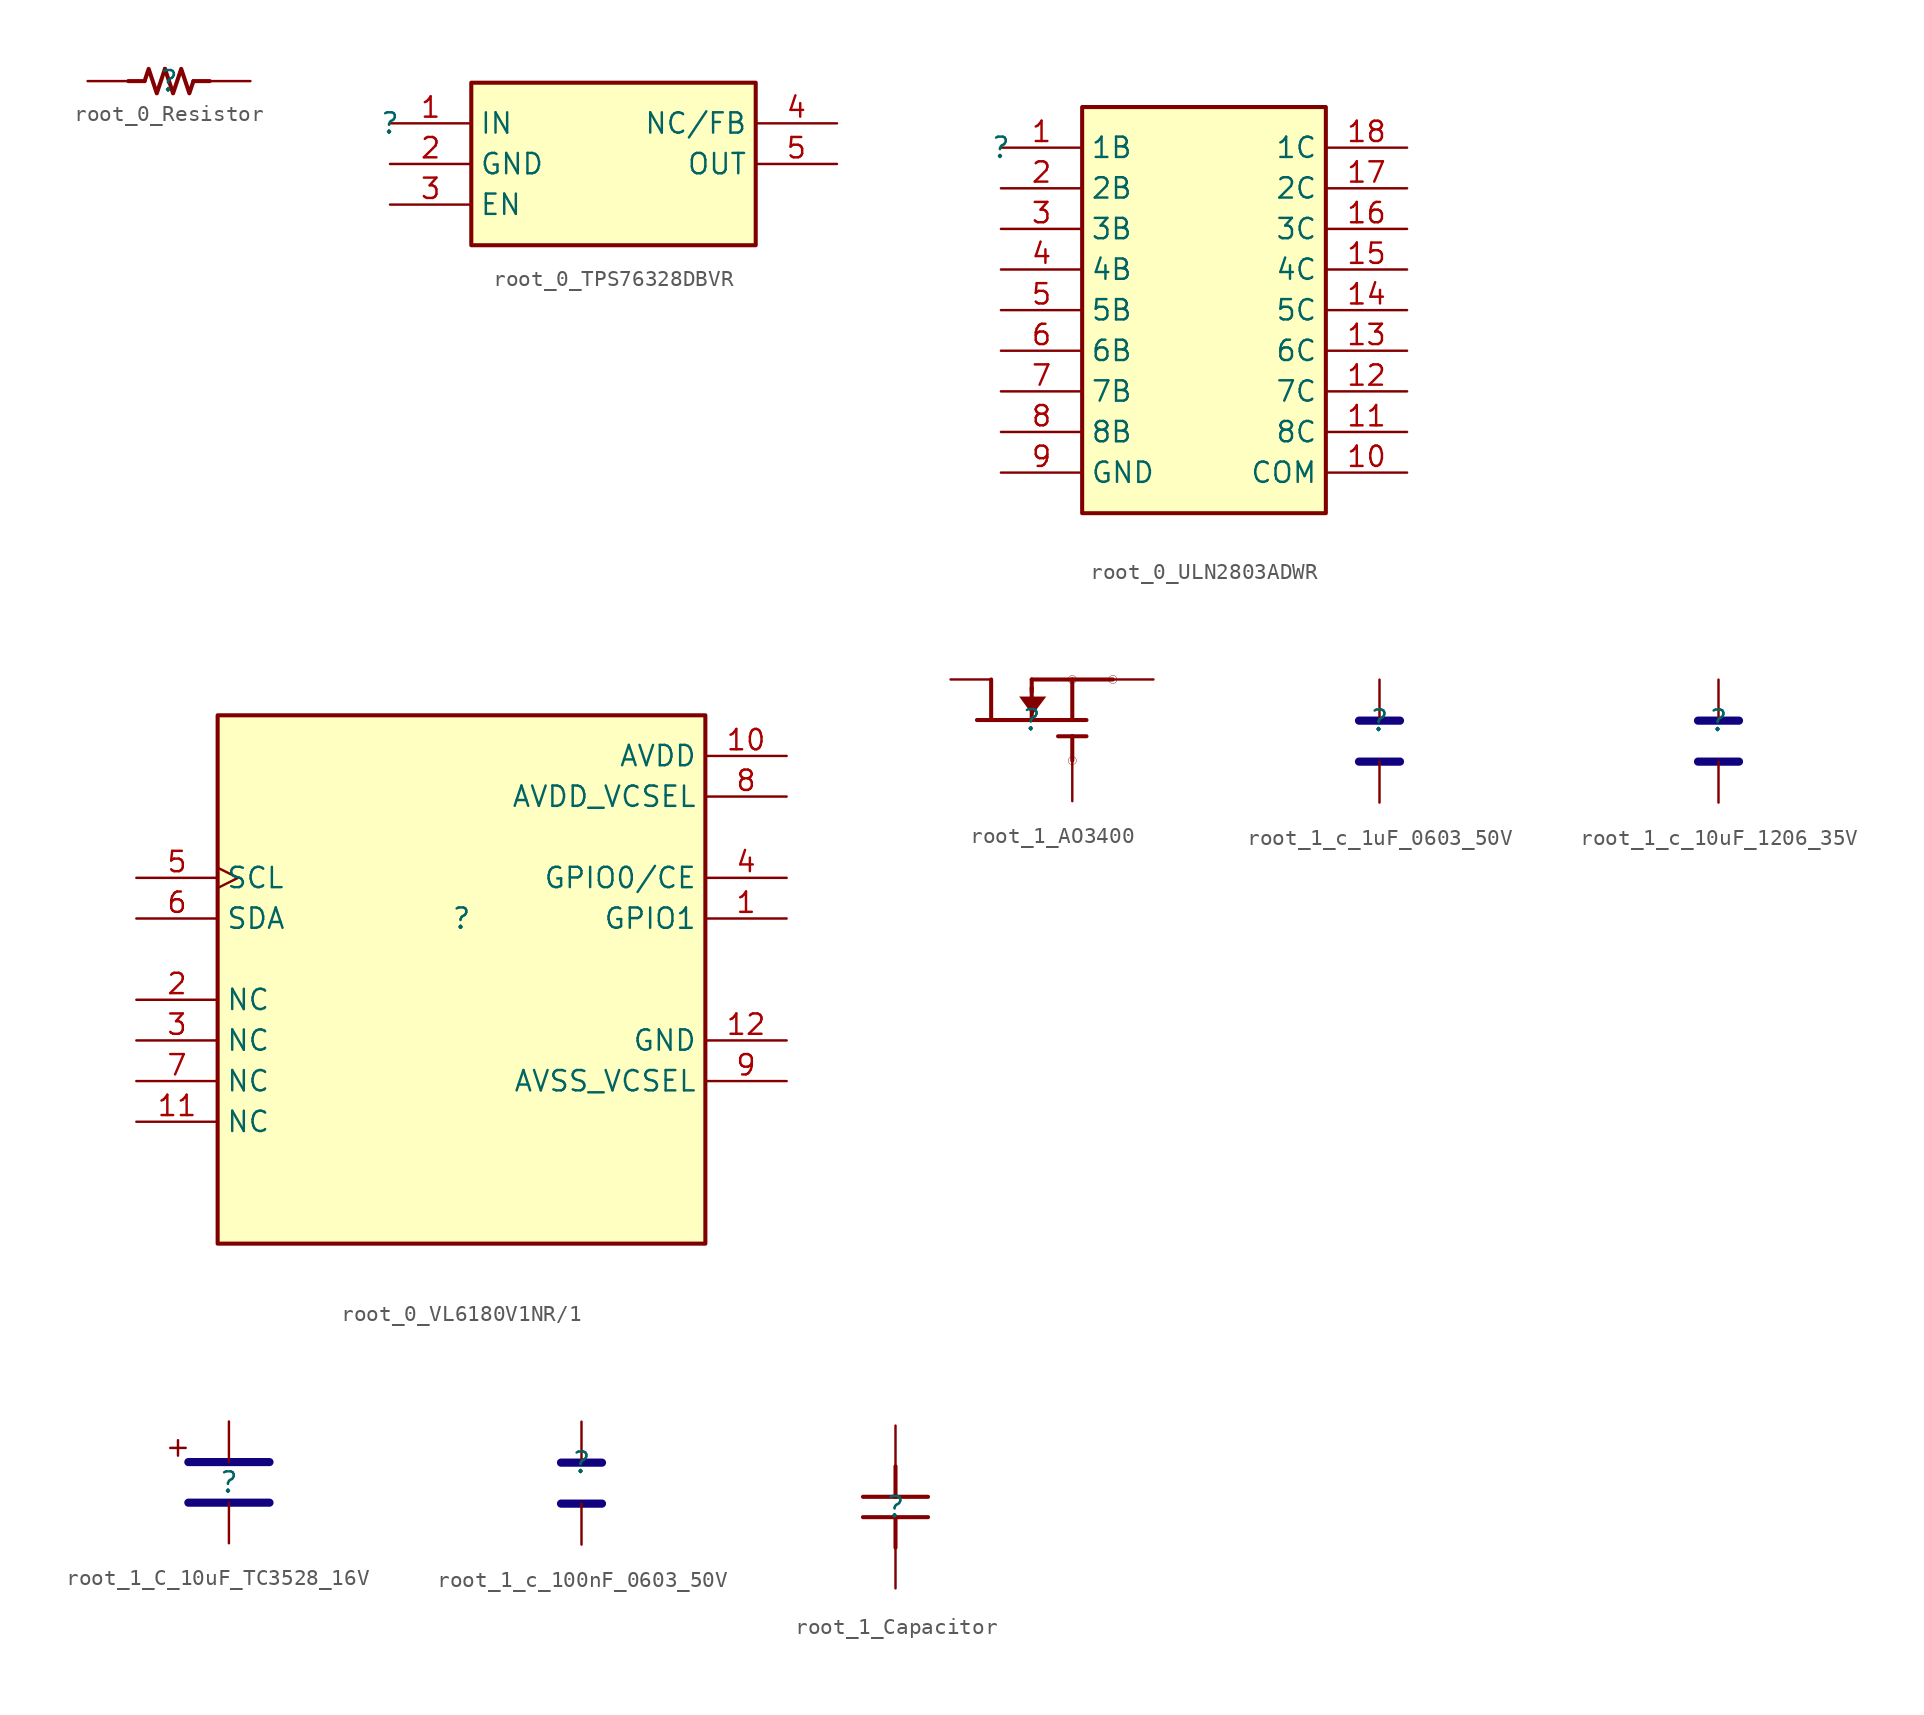
<source format=kicad_sym>
(kicad_symbol_lib
  (version 20231120)
  (generator "kicad_symbol_editor")
  (generator_version "8.0")
  (symbol "root_0_Resistor"
    (property "Reference" ""
      (at 0 0 0)
      (effects (font (size 1.27 1.27))))
    (property "Value" ""
      (at 0 0 0)
      (effects (font (size 1.27 1.27))))
    (symbol "root_0_Resistor_1_0"
      (polyline (pts (xy -2.54 0) (xy -1.524 0)) (stroke (width 0.254) (type solid)) (fill (type none)))
      (polyline (pts (xy 2.54 0) (xy 1.524 0)) (stroke (width 0.254) (type solid)) (fill (type none)))
      (polyline (pts (xy -0.254 0.762) (xy -0.762 -0.762) (xy -1.27 0.762) (xy -1.524 0)) (stroke (width 0.254) (type solid)) (fill (type none)))
      (polyline (pts (xy -0.254 0.762) (xy 0.254 -0.762) (xy 0.762 0.762) (xy 1.27 -0.762) (xy 1.524 0)) (stroke (width 0.254) (type solid)) (fill (type none)))
      (pin passive line (at -5.08 0 0) (length 2.54) (name "1" (effects (font (size 0 0)))) (number "1" (effects (font (size 0 0)))))
      (pin passive line (at 5.08 0 180) (length 2.54) (name "2" (effects (font (size 0 0)))) (number "2" (effects (font (size 0 0)))))))
  (symbol "root_0_TPS76328DBVR"
    (property "Reference" ""
      (at 0 0 0)
      (effects (font (size 1.27 1.27))))
    (property "Value" ""
      (at 0 0 0)
      (effects (font (size 1.27 1.27))))
    (symbol "root_0_TPS76328DBVR_1_0"
      (rectangle (start 22.86 2.54) (end 5.08 -7.62) (stroke (width 0.254) (type solid) (color 128 0 0 1)) (fill (type background)))
      (pin passive line (at 0 0 0) (length 5.08) (name "IN" (effects (font (size 1.27 1.27)))) (number "1" (effects (font (size 1.27 1.27)))))
      (pin passive line (at 0 -2.54 0) (length 5.08) (name "GND" (effects (font (size 1.27 1.27)))) (number "2" (effects (font (size 1.27 1.27)))))
      (pin passive line (at 0 -5.08 0) (length 5.08) (name "EN" (effects (font (size 1.27 1.27)))) (number "3" (effects (font (size 1.27 1.27)))))
      (pin passive line (at 27.94 0 180) (length 5.08) (name "NC/FB" (effects (font (size 1.27 1.27)))) (number "4" (effects (font (size 1.27 1.27)))))
      (pin passive line (at 27.94 -2.54 180) (length 5.08) (name "OUT" (effects (font (size 1.27 1.27)))) (number "5" (effects (font (size 1.27 1.27)))))))
  (symbol "root_0_ULN2803ADWR"
    (property "Reference" ""
      (at 0 0 0)
      (effects (font (size 1.27 1.27))))
    (property "Value" ""
      (at 0 0 0)
      (effects (font (size 1.27 1.27))))
    (symbol "root_0_ULN2803ADWR_1_0"
      (rectangle (start 20.32 2.54) (end 5.08 -22.86) (stroke (width 0.254) (type solid) (color 128 0 0 1)) (fill (type background)))
      (pin passive line (at 0 0 0) (length 5.08) (name "1B" (effects (font (size 1.27 1.27)))) (number "1" (effects (font (size 1.27 1.27)))))
      (pin passive line (at 25.4 -20.32 180) (length 5.08) (name "COM" (effects (font (size 1.27 1.27)))) (number "10" (effects (font (size 1.27 1.27)))))
      (pin passive line (at 25.4 -17.78 180) (length 5.08) (name "8C" (effects (font (size 1.27 1.27)))) (number "11" (effects (font (size 1.27 1.27)))))
      (pin passive line (at 25.4 -15.24 180) (length 5.08) (name "7C" (effects (font (size 1.27 1.27)))) (number "12" (effects (font (size 1.27 1.27)))))
      (pin passive line (at 25.4 -12.7 180) (length 5.08) (name "6C" (effects (font (size 1.27 1.27)))) (number "13" (effects (font (size 1.27 1.27)))))
      (pin passive line (at 25.4 -10.16 180) (length 5.08) (name "5C" (effects (font (size 1.27 1.27)))) (number "14" (effects (font (size 1.27 1.27)))))
      (pin passive line (at 25.4 -7.62 180) (length 5.08) (name "4C" (effects (font (size 1.27 1.27)))) (number "15" (effects (font (size 1.27 1.27)))))
      (pin passive line (at 25.4 -5.08 180) (length 5.08) (name "3C" (effects (font (size 1.27 1.27)))) (number "16" (effects (font (size 1.27 1.27)))))
      (pin passive line (at 25.4 -2.54 180) (length 5.08) (name "2C" (effects (font (size 1.27 1.27)))) (number "17" (effects (font (size 1.27 1.27)))))
      (pin passive line (at 25.4 0 180) (length 5.08) (name "1C" (effects (font (size 1.27 1.27)))) (number "18" (effects (font (size 1.27 1.27)))))
      (pin passive line (at 0 -2.54 0) (length 5.08) (name "2B" (effects (font (size 1.27 1.27)))) (number "2" (effects (font (size 1.27 1.27)))))
      (pin passive line (at 0 -5.08 0) (length 5.08) (name "3B" (effects (font (size 1.27 1.27)))) (number "3" (effects (font (size 1.27 1.27)))))
      (pin passive line (at 0 -7.62 0) (length 5.08) (name "4B" (effects (font (size 1.27 1.27)))) (number "4" (effects (font (size 1.27 1.27)))))
      (pin passive line (at 0 -10.16 0) (length 5.08) (name "5B" (effects (font (size 1.27 1.27)))) (number "5" (effects (font (size 1.27 1.27)))))
      (pin passive line (at 0 -12.7 0) (length 5.08) (name "6B" (effects (font (size 1.27 1.27)))) (number "6" (effects (font (size 1.27 1.27)))))
      (pin passive line (at 0 -15.24 0) (length 5.08) (name "7B" (effects (font (size 1.27 1.27)))) (number "7" (effects (font (size 1.27 1.27)))))
      (pin passive line (at 0 -17.78 0) (length 5.08) (name "8B" (effects (font (size 1.27 1.27)))) (number "8" (effects (font (size 1.27 1.27)))))
      (pin passive line (at 0 -20.32 0) (length 5.08) (name "GND" (effects (font (size 1.27 1.27)))) (number "9" (effects (font (size 1.27 1.27)))))))
  (symbol "root_0_VL6180V1NR/1"
    (property "Reference" ""
      (at 0 0 0)
      (effects (font (size 1.27 1.27))))
    (property "Value" ""
      (at 0 0 0)
      (effects (font (size 1.27 1.27))))
    (symbol "root_0_VL6180V1NR/1_1_0"
      (rectangle (start 15.24 12.7) (end -15.24 -20.32) (stroke (width 0.254) (type solid) (color 128 0 0 1)) (fill (type background)))
      (pin bidirectional line (at 20.32 0 180) (length 5.08) (name "GPIO1" (effects (font (size 1.27 1.27)))) (number "1" (effects (font (size 1.27 1.27)))))
      (pin power_in line (at 20.32 10.16 180) (length 5.08) (name "AVDD" (effects (font (size 1.27 1.27)))) (number "10" (effects (font (size 1.27 1.27)))))
      (pin passive line (at -20.32 -12.7 0) (length 5.08) (name "NC" (effects (font (size 1.27 1.27)))) (number "11" (effects (font (size 1.27 1.27)))))
      (pin power_in line (at 20.32 -7.62 180) (length 5.08) (name "GND" (effects (font (size 1.27 1.27)))) (number "12" (effects (font (size 1.27 1.27)))))
      (pin passive line (at -20.32 -5.08 0) (length 5.08) (name "NC" (effects (font (size 1.27 1.27)))) (number "2" (effects (font (size 1.27 1.27)))))
      (pin passive line (at -20.32 -7.62 0) (length 5.08) (name "NC" (effects (font (size 1.27 1.27)))) (number "3" (effects (font (size 1.27 1.27)))))
      (pin bidirectional line (at 20.32 2.54 180) (length 5.08) (name "GPIO0/CE" (effects (font (size 1.27 1.27)))) (number "4" (effects (font (size 1.27 1.27)))))
      (pin input clock (at -20.32 2.54 0) (length 5.08) (name "SCL" (effects (font (size 1.27 1.27)))) (number "5" (effects (font (size 1.27 1.27)))))
      (pin bidirectional line (at -20.32 0 0) (length 5.08) (name "SDA" (effects (font (size 1.27 1.27)))) (number "6" (effects (font (size 1.27 1.27)))))
      (pin passive line (at -20.32 -10.16 0) (length 5.08) (name "NC" (effects (font (size 1.27 1.27)))) (number "7" (effects (font (size 1.27 1.27)))))
      (pin power_in line (at 20.32 7.62 180) (length 5.08) (name "AVDD_VCSEL" (effects (font (size 1.27 1.27)))) (number "8" (effects (font (size 1.27 1.27)))))
      (pin power_in line (at 20.32 -10.16 180) (length 5.08) (name "AVSS_VCSEL" (effects (font (size 1.27 1.27)))) (number "9" (effects (font (size 1.27 1.27)))))))
  (symbol "root_1_AO3400"
    (property "Reference" ""
      (at 0 0 0)
      (effects (font (size 1.27 1.27))))
    (property "Value" ""
      (at 0 0 0)
      (effects (font (size 1.27 1.27))))
    (symbol "root_1_AO3400_1_0"
      (polyline (pts (xy -2.54 0) (xy -2.54 2.54)) (stroke (width 0.254) (type solid)) (fill (type none)))
      (polyline (pts (xy 0 0) (xy -3.429 0)) (stroke (width 0.254) (type solid)) (fill (type none)))
      (polyline (pts (xy 0 0) (xy 0 2)) (stroke (width 0.254) (type solid)) (fill (type none)))
      (polyline (pts (xy 0 1.778) (xy 0 2)) (stroke (width 0.254) (type solid)) (fill (type none)))
      (polyline (pts (xy 0 2) (xy 0 2.54)) (stroke (width 0.254) (type solid)) (fill (type none)))
      (polyline (pts (xy 0 2.54) (xy 2.565 2.54)) (stroke (width 0.254) (type solid)) (fill (type none)))
      (polyline (pts (xy 2.54 -2.54) (xy 2.54 -1.016)) (stroke (width 0.254) (type solid)) (fill (type none)))
      (polyline (pts (xy 2.54 -1.016) (xy 1.651 -1.016)) (stroke (width 0.254) (type solid)) (fill (type none)))
      (polyline (pts (xy 2.54 0) (xy 0 0)) (stroke (width 0.254) (type solid)) (fill (type none)))
      (polyline (pts (xy 2.54 0) (xy 2.54 2.54)) (stroke (width 0.254) (type solid)) (fill (type none)))
      (polyline (pts (xy 2.54 2.54) (xy 5.08 2.54)) (stroke (width 0.254) (type solid)) (fill (type none)))
      (polyline (pts (xy 3.429 -1.016) (xy 2.54 -1.016)) (stroke (width 0.254) (type solid)) (fill (type none)))
      (polyline (pts (xy 3.429 0) (xy 2.54 0)) (stroke (width 0.254) (type solid)) (fill (type none)))
      (polyline (pts (xy 0.051 0.33) (xy 0.914 1.473) (xy -0.787 1.473) (xy 0.025 0.356) (xy 0.051 0.33)) (stroke (width -0.0001) (type solid)) (fill (type outline)))
      (circle (center 2.54 -2.54) (radius 0.254) (stroke (width 0.025) (type solid)) (fill (type none)))
      (circle (center 2.54 2.54) (radius 0.254) (stroke (width 0.025) (type solid)) (fill (type none)))
      (circle (center 5.08 2.54) (radius 0.254) (stroke (width 0.025) (type solid)) (fill (type none)))
      (pin passive line (at 2.54 -5.08 90) (length 2.54) (name "G" (effects (font (size 0 0)))) (number "1" (effects (font (size 0 0)))))
      (pin passive line (at 7.62 2.54 180) (length 2.54) (name "S" (effects (font (size 0 0)))) (number "2" (effects (font (size 0 0)))))
      (pin passive line (at -5.08 2.54 0) (length 2.54) (name "D" (effects (font (size 0 0)))) (number "3" (effects (font (size 0 0)))))))
  (symbol "root_1_c_1uF_0603_50V"
    (property "Reference" ""
      (at 0 0 0)
      (effects (font (size 1.27 1.27))))
    (property "Value" ""
      (at 0 0 0)
      (effects (font (size 1.27 1.27))))
    (symbol "root_1_c_1uF_0603_50V_1_0"
      (polyline (pts (xy -1.27 -2.54) (xy 1.27 -2.54)) (stroke (width 0.508) (type solid) (color 17 3 127 1)) (fill (type none)))
      (polyline (pts (xy -1.27 0) (xy 1.27 0)) (stroke (width 0.508) (type solid) (color 17 3 127 1)) (fill (type none)))
      (pin passive line (at 0 -5.08 90) (length 2.54) (name "" (effects (font (size 0 0)))) (number "1" (effects (font (size 0 0)))))
      (pin passive line (at 0 2.54 270) (length 2.54) (name "" (effects (font (size 0 0)))) (number "2" (effects (font (size 0 0)))))))
  (symbol "root_1_c_10uF_1206_35V"
    (property "Reference" ""
      (at 0 0 0)
      (effects (font (size 1.27 1.27))))
    (property "Value" ""
      (at 0 0 0)
      (effects (font (size 1.27 1.27))))
    (symbol "root_1_c_10uF_1206_35V_1_0"
      (polyline (pts (xy -1.27 -2.54) (xy 1.27 -2.54)) (stroke (width 0.508) (type solid) (color 17 3 127 1)) (fill (type none)))
      (polyline (pts (xy -1.27 0) (xy 1.27 0)) (stroke (width 0.508) (type solid) (color 17 3 127 1)) (fill (type none)))
      (pin passive line (at 0 -5.08 90) (length 2.54) (name "" (effects (font (size 0 0)))) (number "1" (effects (font (size 0 0)))))
      (pin passive line (at 0 2.54 270) (length 2.54) (name "" (effects (font (size 0 0)))) (number "2" (effects (font (size 0 0)))))))
  (symbol "root_1_C_10uF_TC3528_16V"
    (property "Reference" ""
      (at 0 0 0)
      (effects (font (size 1.27 1.27))))
    (property "Value" ""
      (at 0 0 0)
      (effects (font (size 1.27 1.27))))
    (symbol "root_1_C_10uF_TC3528_16V_1_0"
      (polyline (pts (xy -2.54 -1.27) (xy 2.54 -1.27)) (stroke (width 0.508) (type solid) (color 17 3 127 1)) (fill (type none)))
      (polyline (pts (xy -2.54 1.27) (xy 2.54 1.27)) (stroke (width 0.508) (type solid) (color 17 3 127 1)) (fill (type none)))
      (text "+" (at -2.54 1.27 900) (effects (font (size 1.27 1.27)) (justify left bottom)))
      (pin passive line (at 0 3.81 270) (length 2.54) (name "" (effects (font (size 0 0)))) (number "A" (effects (font (size 0 0)))))
      (pin passive line (at 0 -3.81 90) (length 2.54) (name "" (effects (font (size 0 0)))) (number "K" (effects (font (size 0 0)))))))
  (symbol "root_1_c_100nF_0603_50V"
    (property "Reference" ""
      (at 0 0 0)
      (effects (font (size 1.27 1.27))))
    (property "Value" ""
      (at 0 0 0)
      (effects (font (size 1.27 1.27))))
    (symbol "root_1_c_100nF_0603_50V_1_0"
      (polyline (pts (xy -1.27 -2.54) (xy 1.27 -2.54)) (stroke (width 0.508) (type solid) (color 17 3 127 1)) (fill (type none)))
      (polyline (pts (xy -1.27 0) (xy 1.27 0)) (stroke (width 0.508) (type solid) (color 17 3 127 1)) (fill (type none)))
      (pin passive line (at 0 -5.08 90) (length 2.54) (name "" (effects (font (size 0 0)))) (number "1" (effects (font (size 0 0)))))
      (pin passive line (at 0 2.54 270) (length 2.54) (name "" (effects (font (size 0 0)))) (number "2" (effects (font (size 0 0)))))))
  (symbol "root_1_Capacitor"
    (property "Reference" ""
      (at 0 0 0)
      (effects (font (size 1.27 1.27))))
    (property "Value" ""
      (at 0 0 0)
      (effects (font (size 1.27 1.27))))
    (symbol "root_1_Capacitor_1_0"
      (polyline (pts (xy -2.032 -0.635) (xy 2.032 -0.635)) (stroke (width 0.254) (type solid)) (fill (type none)))
      (polyline (pts (xy -2.032 0.635) (xy 2.032 0.635)) (stroke (width 0.254) (type solid)) (fill (type none)))
      (polyline (pts (xy 0 -2.54) (xy 0 -0.635)) (stroke (width 0.254) (type solid)) (fill (type none)))
      (polyline (pts (xy 0 2.54) (xy 0 0.635)) (stroke (width 0.254) (type solid)) (fill (type none)))
      (pin passive line (at 0 -5.08 90) (length 2.54) (name "1" (effects (font (size 0 0)))) (number "1" (effects (font (size 0 0)))))
      (pin passive line (at 0 5.08 270) (length 2.54) (name "2" (effects (font (size 0 0)))) (number "2" (effects (font (size 0 0))))))))
</source>
